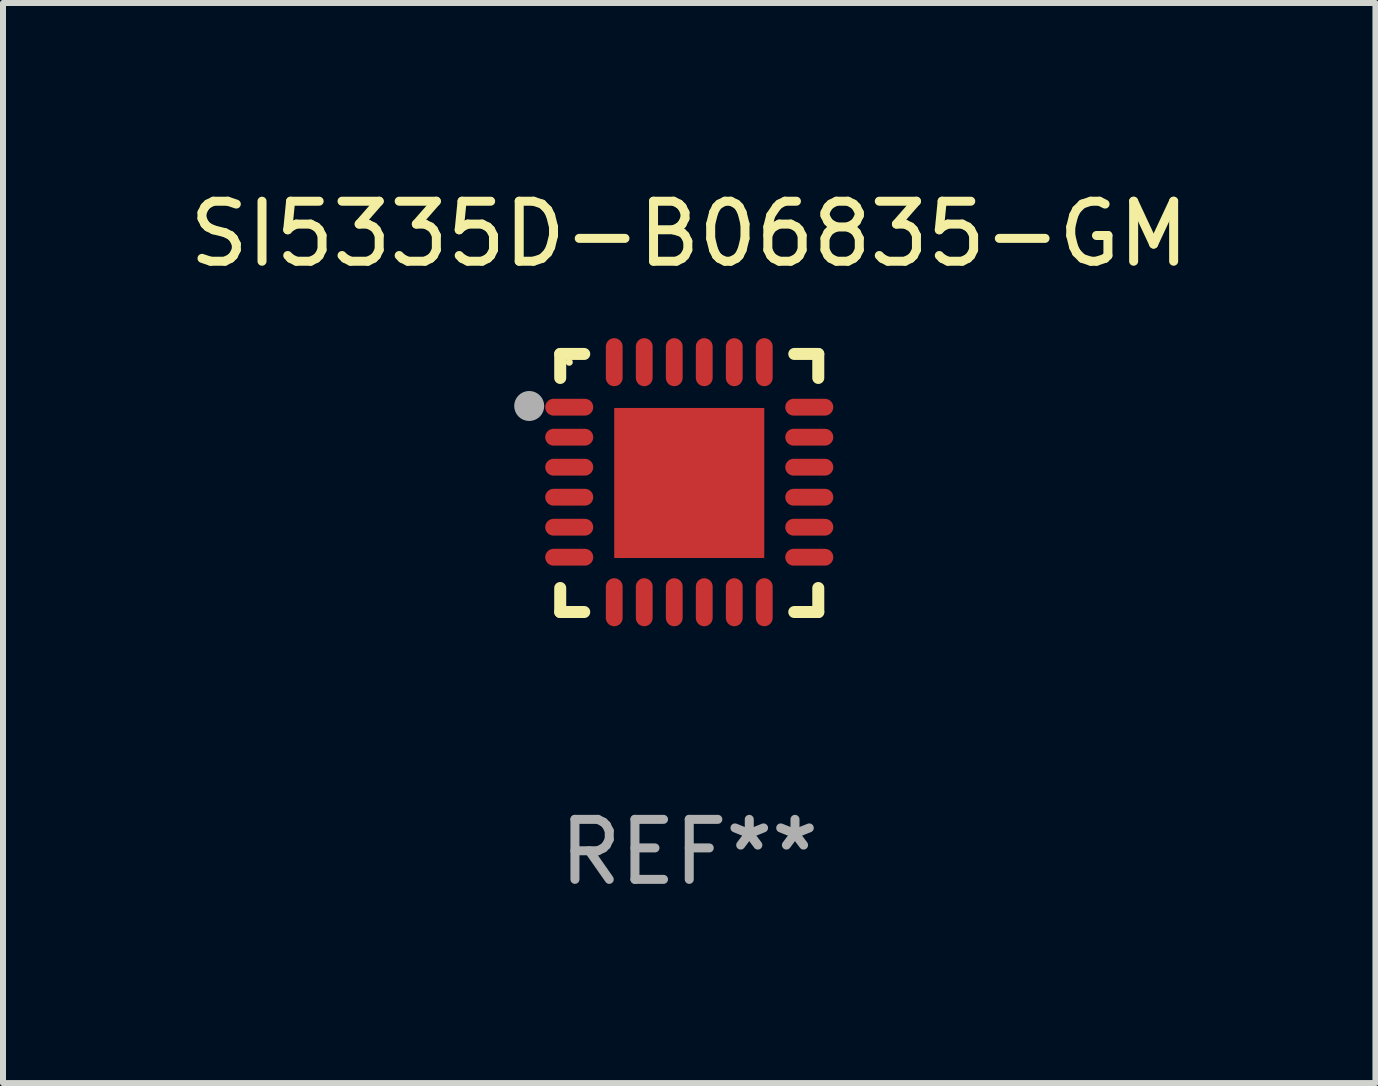
<source format=kicad_pcb>
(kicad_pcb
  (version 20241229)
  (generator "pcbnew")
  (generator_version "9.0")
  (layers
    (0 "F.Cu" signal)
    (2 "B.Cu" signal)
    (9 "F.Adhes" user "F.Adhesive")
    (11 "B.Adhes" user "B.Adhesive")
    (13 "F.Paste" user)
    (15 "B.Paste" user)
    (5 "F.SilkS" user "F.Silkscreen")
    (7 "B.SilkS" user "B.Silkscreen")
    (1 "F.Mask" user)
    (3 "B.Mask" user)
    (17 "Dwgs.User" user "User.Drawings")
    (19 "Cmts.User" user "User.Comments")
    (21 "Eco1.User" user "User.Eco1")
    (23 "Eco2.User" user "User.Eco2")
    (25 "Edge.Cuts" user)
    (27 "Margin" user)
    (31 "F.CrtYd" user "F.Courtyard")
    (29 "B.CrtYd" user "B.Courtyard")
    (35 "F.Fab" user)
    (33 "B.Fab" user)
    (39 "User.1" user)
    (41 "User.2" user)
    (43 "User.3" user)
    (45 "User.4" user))
  (footprint "SI5335D-B06835-GM"
    (layer "F.Cu")
    (at 8.435 4.998)
    (property "Reference" "SI5335D-B06835-GM" (at 0 -4.15 0) (layer "F.SilkS") (effects (font (size 1 1) (thickness 0.15))))
    (attr through_hole)
    (fp_line (start -2.15 -2.15) (end -1.75 -2.15) (stroke (width 0.2) (type solid)) (layer "F.SilkS"))
    (fp_line (start -2.15 -1.75) (end -2.15 -2.15) (stroke (width 0.2) (type solid)) (layer "F.SilkS"))
    (fp_line (start -2.15 2.15) (end -2.15 1.75) (stroke (width 0.2) (type solid)) (layer "F.SilkS"))
    (fp_line (start -1.75 2.15) (end -2.15 2.15) (stroke (width 0.2) (type solid)) (layer "F.SilkS"))
    (fp_line (start 1.75 -2.15) (end 2.15 -2.15) (stroke (width 0.2) (type solid)) (layer "F.SilkS"))
    (fp_line (start 1.75 2.15) (end 2.15 2.15) (stroke (width 0.2) (type solid)) (layer "F.SilkS"))
    (fp_line (start 2.15 -2.15) (end 2.15 -1.75) (stroke (width 0.2) (type solid)) (layer "F.SilkS"))
    (fp_line (start 2.15 2.15) (end 2.15 1.75) (stroke (width 0.2) (type solid)) (layer "F.SilkS"))
    (fp_circle (center -2 -2.013) (end -1.97 -2.013) (stroke (width 0.06) (type solid)) (fill no) (layer "F.SilkS"))
    (fp_circle (center -2.667 -1.283) (end -2.542 -1.283) (stroke (width 0.25) (type solid)) (fill no) (layer "F.Fab"))
    (fp_text user "REF**" (at 0 6.15 0) (layer "F.Fab") (effects (font (size 1 1) (thickness 0.15))))
    (pad "1" smd oval (at -2 -1.263) (size 0.8 0.28) (layers "F.Cu" "F.Mask" "F.Paste"))
    (pad "2" smd oval (at -2 -0.763) (size 0.8 0.28) (layers "F.Cu" "F.Mask" "F.Paste"))
    (pad "3" smd oval (at -2 -0.263) (size 0.8 0.28) (layers "F.Cu" "F.Mask" "F.Paste"))
    (pad "4" smd oval (at -2 0.237) (size 0.8 0.28) (layers "F.Cu" "F.Mask" "F.Paste"))
    (pad "5" smd oval (at -2 0.737) (size 0.8 0.28) (layers "F.Cu" "F.Mask" "F.Paste"))
    (pad "6" smd oval (at -2 1.237) (size 0.8 0.28) (layers "F.Cu" "F.Mask" "F.Paste"))
    (pad "7" smd oval (at -1.25 1.987) (size 0.28 0.8) (layers "F.Cu" "F.Mask" "F.Paste"))
    (pad "8" smd oval (at -0.75 1.987) (size 0.28 0.8) (layers "F.Cu" "F.Mask" "F.Paste"))
    (pad "9" smd oval (at -0.25 1.987) (size 0.28 0.8) (layers "F.Cu" "F.Mask" "F.Paste"))
    (pad "10" smd oval (at 0.25 1.987) (size 0.28 0.8) (layers "F.Cu" "F.Mask" "F.Paste"))
    (pad "11" smd oval (at 0.75 1.987) (size 0.28 0.8) (layers "F.Cu" "F.Mask" "F.Paste"))
    (pad "12" smd oval (at 1.25 1.987) (size 0.28 0.8) (layers "F.Cu" "F.Mask" "F.Paste"))
    (pad "13" smd oval (at 2 1.237) (size 0.8 0.28) (layers "F.Cu" "F.Mask" "F.Paste"))
    (pad "14" smd oval (at 2 0.737) (size 0.8 0.28) (layers "F.Cu" "F.Mask" "F.Paste"))
    (pad "15" smd oval (at 2 0.237) (size 0.8 0.28) (layers "F.Cu" "F.Mask" "F.Paste"))
    (pad "16" smd oval (at 2 -0.263) (size 0.8 0.28) (layers "F.Cu" "F.Mask" "F.Paste"))
    (pad "17" smd oval (at 2 -0.763) (size 0.8 0.28) (layers "F.Cu" "F.Mask" "F.Paste"))
    (pad "18" smd oval (at 2 -1.263) (size 0.8 0.28) (layers "F.Cu" "F.Mask" "F.Paste"))
    (pad "19" smd oval (at 1.25 -2.013) (size 0.28 0.8) (layers "F.Cu" "F.Mask" "F.Paste"))
    (pad "20" smd oval (at 0.75 -2.013) (size 0.28 0.8) (layers "F.Cu" "F.Mask" "F.Paste"))
    (pad "21" smd oval (at 0.25 -2.013) (size 0.28 0.8) (layers "F.Cu" "F.Mask" "F.Paste"))
    (pad "22" smd oval (at -0.25 -2.013) (size 0.28 0.8) (layers "F.Cu" "F.Mask" "F.Paste"))
    (pad "23" smd oval (at -0.75 -2.013) (size 0.28 0.8) (layers "F.Cu" "F.Mask" "F.Paste"))
    (pad "24" smd oval (at -1.25 -2.013) (size 0.28 0.8) (layers "F.Cu" "F.Mask" "F.Paste"))
    (pad "25" smd rect (at -0.000127 -0.00014) (size 2.5 2.5) (layers "F.Cu" "F.Mask" "F.Paste")))
  (gr_rect
    (start -3 -3)
    (end 19.869 14.997)
    (stroke (width 0.1) (type default))
    (fill no)
    (layer "Edge.Cuts")))
</source>
